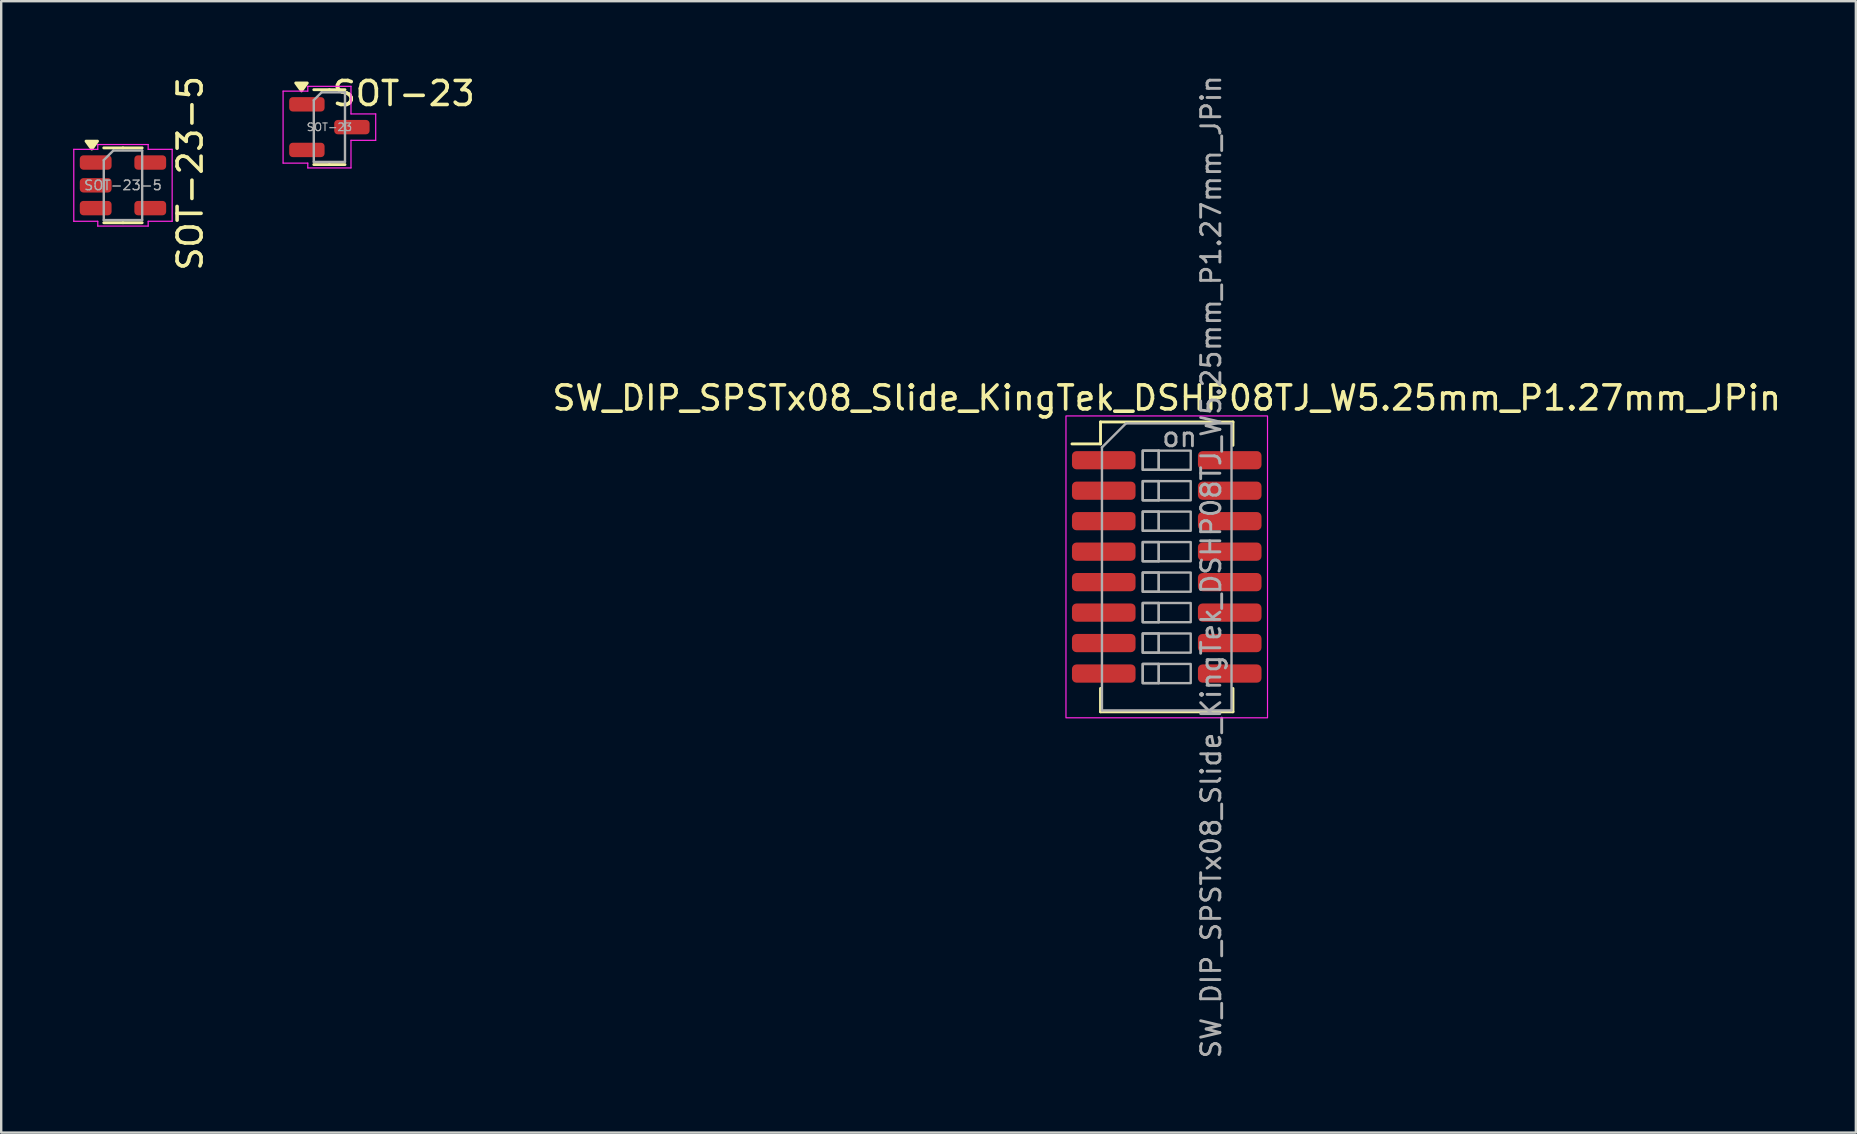
<source format=kicad_pcb>
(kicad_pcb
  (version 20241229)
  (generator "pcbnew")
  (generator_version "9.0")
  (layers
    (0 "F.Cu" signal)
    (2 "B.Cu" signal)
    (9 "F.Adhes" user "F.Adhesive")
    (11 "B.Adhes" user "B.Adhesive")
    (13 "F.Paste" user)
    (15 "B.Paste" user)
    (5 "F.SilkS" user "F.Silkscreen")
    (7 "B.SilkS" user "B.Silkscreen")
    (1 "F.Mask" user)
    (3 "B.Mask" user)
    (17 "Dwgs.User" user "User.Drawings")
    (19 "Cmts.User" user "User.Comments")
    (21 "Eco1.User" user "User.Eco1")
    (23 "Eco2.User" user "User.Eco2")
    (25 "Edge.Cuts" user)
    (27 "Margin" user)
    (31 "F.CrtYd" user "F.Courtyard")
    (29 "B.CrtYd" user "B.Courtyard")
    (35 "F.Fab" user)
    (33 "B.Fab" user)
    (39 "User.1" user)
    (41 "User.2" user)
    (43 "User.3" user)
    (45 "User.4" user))
  (footprint "SOT-23-5"
    (layer "F.Cu")
    (at 2.075 4.673)
    (property "Reference" "SOT-23-5" (at 2.8 -0.5 90) (layer "F.SilkS") (effects (font (size 1 1) (thickness 0.15))))
    (attr smd)
    (fp_line (start 0 -1.56) (end -0.8 -1.56) (stroke (width 0.12) (type solid)) (layer "F.SilkS"))
    (fp_line (start 0 -1.56) (end 0.8 -1.56) (stroke (width 0.12) (type solid)) (layer "F.SilkS"))
    (fp_line (start 0 1.56) (end -0.8 1.56) (stroke (width 0.12) (type solid)) (layer "F.SilkS"))
    (fp_line (start 0 1.56) (end 0.8 1.56) (stroke (width 0.12) (type solid)) (layer "F.SilkS"))
    (fp_poly (pts (xy -1.3 -1.51) (xy -1.54 -1.84) (xy -1.06 -1.84)) (stroke (width 0.12) (type solid)) (fill yes) (layer "F.SilkS"))
    (fp_line (start -2.05 -1.5) (end -1.05 -1.5) (stroke (width 0.05) (type solid)) (layer "F.CrtYd"))
    (fp_line (start -2.05 1.5) (end -2.05 -1.5) (stroke (width 0.05) (type solid)) (layer "F.CrtYd"))
    (fp_line (start -1.05 -1.7) (end 1.05 -1.7) (stroke (width 0.05) (type solid)) (layer "F.CrtYd"))
    (fp_line (start -1.05 -1.5) (end -1.05 -1.7) (stroke (width 0.05) (type solid)) (layer "F.CrtYd"))
    (fp_line (start -1.05 1.5) (end -2.05 1.5) (stroke (width 0.05) (type solid)) (layer "F.CrtYd"))
    (fp_line (start -1.05 1.7) (end -1.05 1.5) (stroke (width 0.05) (type solid)) (layer "F.CrtYd"))
    (fp_line (start 1.05 -1.7) (end 1.05 -1.5) (stroke (width 0.05) (type solid)) (layer "F.CrtYd"))
    (fp_line (start 1.05 -1.5) (end 2.05 -1.5) (stroke (width 0.05) (type solid)) (layer "F.CrtYd"))
    (fp_line (start 1.05 1.5) (end 1.05 1.7) (stroke (width 0.05) (type solid)) (layer "F.CrtYd"))
    (fp_line (start 1.05 1.7) (end -1.05 1.7) (stroke (width 0.05) (type solid)) (layer "F.CrtYd"))
    (fp_line (start 2.05 -1.5) (end 2.05 1.5) (stroke (width 0.05) (type solid)) (layer "F.CrtYd"))
    (fp_line (start 2.05 1.5) (end 1.05 1.5) (stroke (width 0.05) (type solid)) (layer "F.CrtYd"))
    (fp_line (start -0.8 -1.05) (end -0.4 -1.45) (stroke (width 0.1) (type solid)) (layer "F.Fab"))
    (fp_line (start -0.8 1.45) (end -0.8 -1.05) (stroke (width 0.1) (type solid)) (layer "F.Fab"))
    (fp_line (start -0.4 -1.45) (end 0.8 -1.45) (stroke (width 0.1) (type solid)) (layer "F.Fab"))
    (fp_line (start 0.8 -1.45) (end 0.8 1.45) (stroke (width 0.1) (type solid)) (layer "F.Fab"))
    (fp_line (start 0.8 1.45) (end -0.8 1.45) (stroke (width 0.1) (type solid)) (layer "F.Fab"))
    (fp_text user "${REFERENCE}" (at 0 0 0) (layer "F.Fab") (effects (font (size 0.4 0.4) (thickness 0.06))))
    (pad "1" smd roundrect (at -1.137 -0.95) (size 1.325 0.6) (layers "F.Cu" "F.Mask" "F.Paste") (roundrect_rratio 0.25))
    (pad "2" smd roundrect (at -1.137 0) (size 1.325 0.6) (layers "F.Cu" "F.Mask" "F.Paste") (roundrect_rratio 0.25))
    (pad "3" smd roundrect (at -1.137 0.95) (size 1.325 0.6) (layers "F.Cu" "F.Mask" "F.Paste") (roundrect_rratio 0.25))
    (pad "4" smd roundrect (at 1.137 0.95) (size 1.325 0.6) (layers "F.Cu" "F.Mask" "F.Paste") (roundrect_rratio 0.25))
    (pad "5" smd roundrect (at 1.137 -0.95) (size 1.325 0.6) (layers "F.Cu" "F.Mask" "F.Paste") (roundrect_rratio 0.25)))
  (footprint "SW_DIP_SPSTx08_Slide_KingTek_DSHP08TJ_W5.25mm_P1.27mm_JPin"
    (layer "F.Cu")
    (at 45.576 20.576)
    (property "Reference" "SW_DIP_SPSTx08_Slide_KingTek_DSHP08TJ_W5.25mm_P1.27mm_JPin" (at 0 -7.04 180) (layer "F.SilkS") (effects (font (size 1 1) (thickness 0.15))))
    (attr smd)
    (fp_line (start -3.95 -5.125) (end -2.76 -5.125) (stroke (width 0.12) (type solid)) (layer "F.SilkS"))
    (fp_line (start -2.76 -6.04) (end -2.76 -5.125) (stroke (width 0.12) (type solid)) (layer "F.SilkS"))
    (fp_line (start -2.76 -6.04) (end 2.76 -6.04) (stroke (width 0.12) (type solid)) (layer "F.SilkS"))
    (fp_line (start -2.76 6.04) (end -2.76 5.065) (stroke (width 0.12) (type solid)) (layer "F.SilkS"))
    (fp_line (start -2.76 6.04) (end 2.76 6.04) (stroke (width 0.12) (type solid)) (layer "F.SilkS"))
    (fp_line (start 2.76 -6.04) (end 2.76 -5.065) (stroke (width 0.12) (type solid)) (layer "F.SilkS"))
    (fp_line (start 2.76 6.04) (end 2.76 5.065) (stroke (width 0.12) (type solid)) (layer "F.SilkS"))
    (fp_rect (start -4.2 -6.29) (end 4.2 6.29) (stroke (width 0.05) (type solid)) (fill no) (layer "F.CrtYd"))
    (fp_line (start -2.7 -4.98) (end -1.7 -5.98) (stroke (width 0.1) (type solid)) (layer "F.Fab"))
    (fp_line (start -2.7 5.98) (end -2.7 -4.98) (stroke (width 0.1) (type solid)) (layer "F.Fab"))
    (fp_line (start -1.7 -5.98) (end 2.7 -5.98) (stroke (width 0.1) (type solid)) (layer "F.Fab"))
    (fp_line (start -0.333 -4.845) (end -0.333 -4.045) (stroke (width 0.1) (type solid)) (layer "F.Fab"))
    (fp_line (start -0.333 -3.575) (end -0.333 -2.775) (stroke (width 0.1) (type solid)) (layer "F.Fab"))
    (fp_line (start -0.333 -2.305) (end -0.333 -1.505) (stroke (width 0.1) (type solid)) (layer "F.Fab"))
    (fp_line (start -0.333 -1.035) (end -0.333 -0.235) (stroke (width 0.1) (type solid)) (layer "F.Fab"))
    (fp_line (start -0.333 0.235) (end -0.333 1.035) (stroke (width 0.1) (type solid)) (layer "F.Fab"))
    (fp_line (start -0.333 1.505) (end -0.333 2.305) (stroke (width 0.1) (type solid)) (layer "F.Fab"))
    (fp_line (start -0.333 2.775) (end -0.333 3.575) (stroke (width 0.1) (type solid)) (layer "F.Fab"))
    (fp_line (start -0.333 4.045) (end -0.333 4.845) (stroke (width 0.1) (type solid)) (layer "F.Fab"))
    (fp_line (start 2.7 -5.98) (end 2.7 5.98) (stroke (width 0.1) (type solid)) (layer "F.Fab"))
    (fp_line (start 2.7 5.98) (end -2.7 5.98) (stroke (width 0.1) (type solid)) (layer "F.Fab"))
    (fp_rect (start -1 -4.845) (end -0.333 -4.045) (stroke (width 0.1) (type solid)) (fill no) (layer "F.Fab"))
    (fp_rect (start -1 -4.845) (end 1 -4.045) (stroke (width 0.1) (type solid)) (fill no) (layer "F.Fab"))
    (fp_rect (start -1 -3.575) (end -0.333 -2.775) (stroke (width 0.1) (type solid)) (fill no) (layer "F.Fab"))
    (fp_rect (start -1 -3.575) (end 1 -2.775) (stroke (width 0.1) (type solid)) (fill no) (layer "F.Fab"))
    (fp_rect (start -1 -2.305) (end -0.333 -1.505) (stroke (width 0.1) (type solid)) (fill no) (layer "F.Fab"))
    (fp_rect (start -1 -2.305) (end 1 -1.505) (stroke (width 0.1) (type solid)) (fill no) (layer "F.Fab"))
    (fp_rect (start -1 -1.035) (end -0.333 -0.235) (stroke (width 0.1) (type solid)) (fill no) (layer "F.Fab"))
    (fp_rect (start -1 -1.035) (end 1 -0.235) (stroke (width 0.1) (type solid)) (fill no) (layer "F.Fab"))
    (fp_rect (start -1 0.235) (end -0.333 1.035) (stroke (width 0.1) (type solid)) (fill no) (layer "F.Fab"))
    (fp_rect (start -1 0.235) (end 1 1.035) (stroke (width 0.1) (type solid)) (fill no) (layer "F.Fab"))
    (fp_rect (start -1 1.505) (end -0.333 2.305) (stroke (width 0.1) (type solid)) (fill no) (layer "F.Fab"))
    (fp_rect (start -1 1.505) (end 1 2.305) (stroke (width 0.1) (type solid)) (fill no) (layer "F.Fab"))
    (fp_rect (start -1 2.775) (end -0.333 3.575) (stroke (width 0.1) (type solid)) (fill no) (layer "F.Fab"))
    (fp_rect (start -1 2.775) (end 1 3.575) (stroke (width 0.1) (type solid)) (fill no) (layer "F.Fab"))
    (fp_rect (start -1 4.045) (end -0.333 4.845) (stroke (width 0.1) (type solid)) (fill no) (layer "F.Fab"))
    (fp_rect (start -1 4.045) (end 1 4.845) (stroke (width 0.1) (type solid)) (fill no) (layer "F.Fab"))
    (fp_text user "${REFERENCE}" (at 1.85 0 90) (layer "F.Fab") (effects (font (size 0.8 0.8) (thickness 0.12))))
    (fp_text user "on" (at 0.537 -5.412 180) (layer "F.Fab") (effects (font (size 0.8 0.8) (thickness 0.12))))
    (pad "1" smd roundrect (at -2.625 -4.445) (size 2.65 0.76) (layers "F.Cu" "F.Mask" "F.Paste") (roundrect_rratio 0.25))
    (pad "2" smd roundrect (at -2.625 -3.175) (size 2.65 0.76) (layers "F.Cu" "F.Mask" "F.Paste") (roundrect_rratio 0.25))
    (pad "3" smd roundrect (at -2.625 -1.905) (size 2.65 0.76) (layers "F.Cu" "F.Mask" "F.Paste") (roundrect_rratio 0.25))
    (pad "4" smd roundrect (at -2.625 -0.635) (size 2.65 0.76) (layers "F.Cu" "F.Mask" "F.Paste") (roundrect_rratio 0.25))
    (pad "5" smd roundrect (at -2.625 0.635) (size 2.65 0.76) (layers "F.Cu" "F.Mask" "F.Paste") (roundrect_rratio 0.25))
    (pad "6" smd roundrect (at -2.625 1.905) (size 2.65 0.76) (layers "F.Cu" "F.Mask" "F.Paste") (roundrect_rratio 0.25))
    (pad "7" smd roundrect (at -2.625 3.175) (size 2.65 0.76) (layers "F.Cu" "F.Mask" "F.Paste") (roundrect_rratio 0.25))
    (pad "8" smd roundrect (at -2.625 4.445) (size 2.65 0.76) (layers "F.Cu" "F.Mask" "F.Paste") (roundrect_rratio 0.25))
    (pad "9" smd roundrect (at 2.625 4.445) (size 2.65 0.76) (layers "F.Cu" "F.Mask" "F.Paste") (roundrect_rratio 0.25))
    (pad "10" smd roundrect (at 2.625 3.175) (size 2.65 0.76) (layers "F.Cu" "F.Mask" "F.Paste") (roundrect_rratio 0.25))
    (pad "11" smd roundrect (at 2.625 1.905) (size 2.65 0.76) (layers "F.Cu" "F.Mask" "F.Paste") (roundrect_rratio 0.25))
    (pad "12" smd roundrect (at 2.625 0.635) (size 2.65 0.76) (layers "F.Cu" "F.Mask" "F.Paste") (roundrect_rratio 0.25))
    (pad "13" smd roundrect (at 2.625 -0.635) (size 2.65 0.76) (layers "F.Cu" "F.Mask" "F.Paste") (roundrect_rratio 0.25))
    (pad "14" smd roundrect (at 2.625 -1.905) (size 2.65 0.76) (layers "F.Cu" "F.Mask" "F.Paste") (roundrect_rratio 0.25))
    (pad "15" smd roundrect (at 2.625 -3.175) (size 2.65 0.76) (layers "F.Cu" "F.Mask" "F.Paste") (roundrect_rratio 0.25))
    (pad "16" smd roundrect (at 2.625 -4.445) (size 2.65 0.76) (layers "F.Cu" "F.Mask" "F.Paste") (roundrect_rratio 0.25)))
  (footprint "SOT-23"
    (layer "F.Cu")
    (at 10.678 2.248)
    (property "Reference" "SOT-23" (at 3.1 -1.4 0) (layer "F.SilkS") (effects (font (size 1 1) (thickness 0.15))))
    (attr smd)
    (fp_line (start 0 -1.56) (end -0.65 -1.56) (stroke (width 0.12) (type solid)) (layer "F.SilkS"))
    (fp_line (start 0 -1.56) (end 0.65 -1.56) (stroke (width 0.12) (type solid)) (layer "F.SilkS"))
    (fp_line (start 0 1.56) (end -0.65 1.56) (stroke (width 0.12) (type solid)) (layer "F.SilkS"))
    (fp_line (start 0 1.56) (end 0.65 1.56) (stroke (width 0.12) (type solid)) (layer "F.SilkS"))
    (fp_poly (pts (xy -1.163 -1.51) (xy -1.403 -1.84) (xy -0.922 -1.84)) (stroke (width 0.12) (type solid)) (fill yes) (layer "F.SilkS"))
    (fp_line (start -1.93 -1.5) (end -0.9 -1.5) (stroke (width 0.05) (type solid)) (layer "F.CrtYd"))
    (fp_line (start -1.93 1.5) (end -1.93 -1.5) (stroke (width 0.05) (type solid)) (layer "F.CrtYd"))
    (fp_line (start -0.9 -1.7) (end 0.9 -1.7) (stroke (width 0.05) (type solid)) (layer "F.CrtYd"))
    (fp_line (start -0.9 -1.5) (end -0.9 -1.7) (stroke (width 0.05) (type solid)) (layer "F.CrtYd"))
    (fp_line (start -0.9 1.5) (end -1.93 1.5) (stroke (width 0.05) (type solid)) (layer "F.CrtYd"))
    (fp_line (start -0.9 1.7) (end -0.9 1.5) (stroke (width 0.05) (type solid)) (layer "F.CrtYd"))
    (fp_line (start 0.9 -1.7) (end 0.9 -0.55) (stroke (width 0.05) (type solid)) (layer "F.CrtYd"))
    (fp_line (start 0.9 -0.55) (end 1.93 -0.55) (stroke (width 0.05) (type solid)) (layer "F.CrtYd"))
    (fp_line (start 0.9 0.55) (end 0.9 1.7) (stroke (width 0.05) (type solid)) (layer "F.CrtYd"))
    (fp_line (start 0.9 1.7) (end -0.9 1.7) (stroke (width 0.05) (type solid)) (layer "F.CrtYd"))
    (fp_line (start 1.93 -0.55) (end 1.93 0.55) (stroke (width 0.05) (type solid)) (layer "F.CrtYd"))
    (fp_line (start 1.93 0.55) (end 0.9 0.55) (stroke (width 0.05) (type solid)) (layer "F.CrtYd"))
    (fp_line (start -0.65 -1.125) (end -0.325 -1.45) (stroke (width 0.1) (type solid)) (layer "F.Fab"))
    (fp_line (start -0.65 1.45) (end -0.65 -1.125) (stroke (width 0.1) (type solid)) (layer "F.Fab"))
    (fp_line (start -0.325 -1.45) (end 0.65 -1.45) (stroke (width 0.1) (type solid)) (layer "F.Fab"))
    (fp_line (start 0.65 -1.45) (end 0.65 1.45) (stroke (width 0.1) (type solid)) (layer "F.Fab"))
    (fp_line (start 0.65 1.45) (end -0.65 1.45) (stroke (width 0.1) (type solid)) (layer "F.Fab"))
    (fp_text user "${REFERENCE}" (at 0 0 0) (layer "F.Fab") (effects (font (size 0.32 0.32) (thickness 0.05))))
    (pad "1" smd roundrect (at -0.938 -0.95) (size 1.475 0.6) (layers "F.Cu" "F.Mask" "F.Paste") (roundrect_rratio 0.25))
    (pad "2" smd roundrect (at -0.938 0.95) (size 1.475 0.6) (layers "F.Cu" "F.Mask" "F.Paste") (roundrect_rratio 0.25))
    (pad "3" smd roundrect (at 0.938 0) (size 1.475 0.6) (layers "F.Cu" "F.Mask" "F.Paste") (roundrect_rratio 0.25)))
  (gr_rect
    (start -3 -3)
    (end 74.296 44.152)
    (stroke (width 0.1) (type default))
    (fill no)
    (layer "Edge.Cuts")))
</source>
